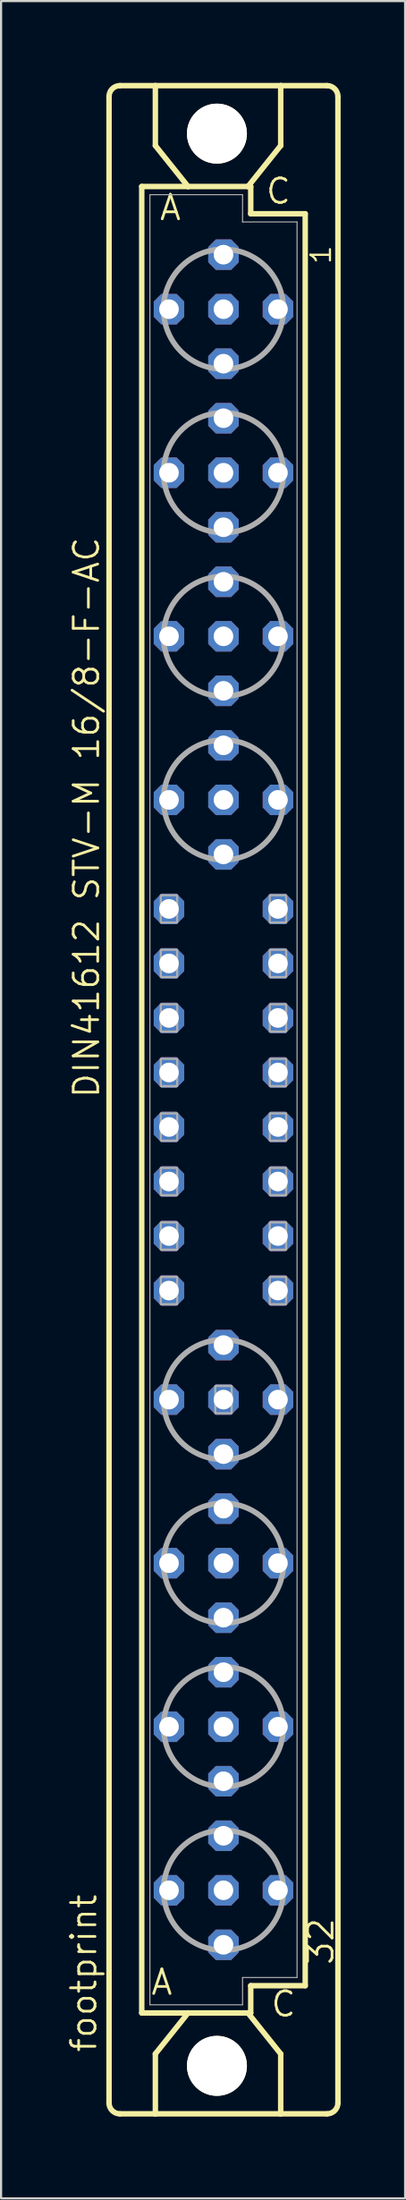
<source format=kicad_pcb>
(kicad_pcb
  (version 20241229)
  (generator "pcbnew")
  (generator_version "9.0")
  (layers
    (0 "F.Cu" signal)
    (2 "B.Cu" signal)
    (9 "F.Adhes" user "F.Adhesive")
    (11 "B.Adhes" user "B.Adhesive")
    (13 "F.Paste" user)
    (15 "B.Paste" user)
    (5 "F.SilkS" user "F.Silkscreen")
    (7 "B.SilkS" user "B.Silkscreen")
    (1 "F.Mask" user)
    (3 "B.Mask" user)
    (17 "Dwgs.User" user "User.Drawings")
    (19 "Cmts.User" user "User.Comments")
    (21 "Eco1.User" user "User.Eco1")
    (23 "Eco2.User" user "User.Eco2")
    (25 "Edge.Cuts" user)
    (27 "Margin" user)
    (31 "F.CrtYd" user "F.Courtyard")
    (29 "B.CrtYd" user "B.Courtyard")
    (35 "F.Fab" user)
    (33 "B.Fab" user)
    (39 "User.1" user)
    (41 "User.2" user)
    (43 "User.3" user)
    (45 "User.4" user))
  (footprint "footprint"
    (layer "F.Cu")
    (at 7.366 48.184)
    (property "Reference" "footprint" (at -5.842 44.45 90) (layer "F.SilkS") (effects (font (size 1.143 1.143) (thickness 0.127)) (justify left bottom)))
    (fp_line (start -5.334 46.736) (end -5.334 -46.736) (stroke (width 0.254) (type solid)) (layer "F.SilkS"))
    (fp_line (start -4.826 -47.244) (end -3.175 -47.244) (stroke (width 0.254) (type solid)) (layer "F.SilkS"))
    (fp_line (start -4.826 47.244) (end -3.175 47.244) (stroke (width 0.254) (type solid)) (layer "F.SilkS"))
    (fp_line (start -3.81 -42.545) (end -3.81 42.545) (stroke (width 0.254) (type solid)) (layer "F.SilkS"))
    (fp_line (start -3.81 42.545) (end -1.651 42.545) (stroke (width 0.254) (type solid)) (layer "F.SilkS"))
    (fp_line (start -3.175 -47.244) (end -3.175 -44.45) (stroke (width 0.254) (type solid)) (layer "F.SilkS"))
    (fp_line (start -3.175 47.244) (end -3.175 44.45) (stroke (width 0.254) (type solid)) (layer "F.SilkS"))
    (fp_line (start -3.175 47.244) (end 2.667 47.244) (stroke (width 0.254) (type solid)) (layer "F.SilkS"))
    (fp_line (start -1.651 -42.545) (end -3.81 -42.545) (stroke (width 0.254) (type solid)) (layer "F.SilkS"))
    (fp_line (start -1.651 -42.545) (end -3.175 -44.45) (stroke (width 0.254) (type solid)) (layer "F.SilkS"))
    (fp_line (start -1.651 42.545) (end -3.175 44.45) (stroke (width 0.254) (type solid)) (layer "F.SilkS"))
    (fp_line (start -1.651 42.545) (end 1.143 42.545) (stroke (width 0.254) (type solid)) (layer "F.SilkS"))
    (fp_line (start 1.143 -42.545) (end -1.651 -42.545) (stroke (width 0.254) (type solid)) (layer "F.SilkS"))
    (fp_line (start 1.143 -42.545) (end 2.667 -44.45) (stroke (width 0.254) (type solid)) (layer "F.SilkS"))
    (fp_line (start 1.143 42.545) (end 1.27 42.545) (stroke (width 0.254) (type solid)) (layer "F.SilkS"))
    (fp_line (start 1.143 42.545) (end 2.667 44.45) (stroke (width 0.254) (type solid)) (layer "F.SilkS"))
    (fp_line (start 1.27 -42.545) (end 1.143 -42.545) (stroke (width 0.254) (type solid)) (layer "F.SilkS"))
    (fp_line (start 1.27 -41.275) (end 1.27 -42.545) (stroke (width 0.254) (type solid)) (layer "F.SilkS"))
    (fp_line (start 1.27 41.275) (end 3.81 41.275) (stroke (width 0.254) (type solid)) (layer "F.SilkS"))
    (fp_line (start 1.27 42.545) (end 1.27 41.275) (stroke (width 0.254) (type solid)) (layer "F.SilkS"))
    (fp_line (start 2.667 -47.244) (end -3.175 -47.244) (stroke (width 0.254) (type solid)) (layer "F.SilkS"))
    (fp_line (start 2.667 -47.244) (end 2.667 -44.45) (stroke (width 0.254) (type solid)) (layer "F.SilkS"))
    (fp_line (start 2.667 47.244) (end 2.667 44.45) (stroke (width 0.254) (type solid)) (layer "F.SilkS"))
    (fp_line (start 2.667 47.244) (end 4.826 47.244) (stroke (width 0.254) (type solid)) (layer "F.SilkS"))
    (fp_line (start 3.81 -41.275) (end 1.27 -41.275) (stroke (width 0.254) (type solid)) (layer "F.SilkS"))
    (fp_line (start 3.81 41.275) (end 3.81 -41.275) (stroke (width 0.254) (type solid)) (layer "F.SilkS"))
    (fp_line (start 4.826 -47.244) (end 2.667 -47.244) (stroke (width 0.254) (type solid)) (layer "F.SilkS"))
    (fp_line (start 5.334 46.736) (end 5.334 -46.736) (stroke (width 0.254) (type solid)) (layer "F.SilkS"))
    (fp_arc (start -5.334 -46.736) (mid -5.18521 -47.09521) (end -4.826 -47.244) (stroke (width 0.254) (type solid)) (layer "F.SilkS"))
    (fp_arc (start -4.826 47.244) (mid -5.18521 47.09521) (end -5.334 46.736) (stroke (width 0.254) (type solid)) (layer "F.SilkS"))
    (fp_arc (start 4.826 -47.244) (mid 5.18521 -47.09521) (end 5.334 -46.736) (stroke (width 0.254) (type solid)) (layer "F.SilkS"))
    (fp_arc (start 5.334 46.736) (mid 5.18521 47.09521) (end 4.826 47.244) (stroke (width 0.254) (type solid)) (layer "F.SilkS"))
    (fp_circle (center -0.305 -45.009) (end 0.965 -45.009) (stroke (width 0.254) (type solid)) (fill no) (layer "F.SilkS"))
    (fp_circle (center -0.305 45.009) (end 0.965 45.009) (stroke (width 0.254) (type solid)) (fill no) (layer "F.SilkS"))
    (fp_line (start -3.429 -42.164) (end -3.429 42.164) (stroke (width 0.051) (type solid)) (layer "F.Fab"))
    (fp_line (start -3.429 -42.164) (end 0.889 -42.164) (stroke (width 0.051) (type solid)) (layer "F.Fab"))
    (fp_line (start -3.429 42.164) (end 0.889 42.164) (stroke (width 0.051) (type solid)) (layer "F.Fab"))
    (fp_line (start 0.889 -42.164) (end 0.889 -40.894) (stroke (width 0.051) (type solid)) (layer "F.Fab"))
    (fp_line (start 0.889 -40.894) (end 3.429 -40.894) (stroke (width 0.051) (type solid)) (layer "F.Fab"))
    (fp_line (start 0.889 40.894) (end 3.429 40.894) (stroke (width 0.051) (type solid)) (layer "F.Fab"))
    (fp_line (start 0.889 42.164) (end 0.889 40.894) (stroke (width 0.051) (type solid)) (layer "F.Fab"))
    (fp_line (start 3.429 -40.894) (end 3.429 40.894) (stroke (width 0.051) (type solid)) (layer "F.Fab"))
    (fp_circle (center 0 -36.83) (end 2.794 -36.83) (stroke (width 0.254) (type solid)) (fill no) (layer "F.Fab"))
    (fp_circle (center 0 -29.21) (end 2.794 -29.21) (stroke (width 0.254) (type solid)) (fill no) (layer "F.Fab"))
    (fp_circle (center 0 -21.59) (end 2.794 -21.59) (stroke (width 0.254) (type solid)) (fill no) (layer "F.Fab"))
    (fp_circle (center 0 -13.97) (end 2.794 -13.97) (stroke (width 0.254) (type solid)) (fill no) (layer "F.Fab"))
    (fp_circle (center 0 13.97) (end 2.794 13.97) (stroke (width 0.254) (type solid)) (fill no) (layer "F.Fab"))
    (fp_circle (center 0 21.59) (end 2.794 21.59) (stroke (width 0.254) (type solid)) (fill no) (layer "F.Fab"))
    (fp_circle (center 0 29.21) (end 2.794 29.21) (stroke (width 0.254) (type solid)) (fill no) (layer "F.Fab"))
    (fp_circle (center 0 36.83) (end 2.794 36.83) (stroke (width 0.254) (type solid)) (fill no) (layer "F.Fab"))
    (fp_poly (pts (xy -2.921 -8.255) (xy -2.159 -8.255) (xy -2.159 -9.525) (xy -2.921 -9.525)) (stroke (width 0.1) (type solid)) (fill no) (layer "F.Fab"))
    (fp_poly (pts (xy -2.921 -5.715) (xy -2.159 -5.715) (xy -2.159 -6.985) (xy -2.921 -6.985)) (stroke (width 0.1) (type solid)) (fill no) (layer "F.Fab"))
    (fp_poly (pts (xy -2.921 -3.175) (xy -2.159 -3.175) (xy -2.159 -4.445) (xy -2.921 -4.445)) (stroke (width 0.1) (type solid)) (fill no) (layer "F.Fab"))
    (fp_poly (pts (xy -2.921 -0.635) (xy -2.159 -0.635) (xy -2.159 -1.905) (xy -2.921 -1.905)) (stroke (width 0.1) (type solid)) (fill no) (layer "F.Fab"))
    (fp_poly (pts (xy -2.921 1.905) (xy -2.159 1.905) (xy -2.159 0.635) (xy -2.921 0.635)) (stroke (width 0.1) (type solid)) (fill no) (layer "F.Fab"))
    (fp_poly (pts (xy -2.921 4.445) (xy -2.159 4.445) (xy -2.159 3.175) (xy -2.921 3.175)) (stroke (width 0.1) (type solid)) (fill no) (layer "F.Fab"))
    (fp_poly (pts (xy -2.921 6.985) (xy -2.159 6.985) (xy -2.159 5.715) (xy -2.921 5.715)) (stroke (width 0.1) (type solid)) (fill no) (layer "F.Fab"))
    (fp_poly (pts (xy -2.921 9.525) (xy -2.159 9.525) (xy -2.159 8.255) (xy -2.921 8.255)) (stroke (width 0.1) (type solid)) (fill no) (layer "F.Fab"))
    (fp_poly (pts (xy -0.381 14.605) (xy 0.381 14.605) (xy 0.381 13.335) (xy -0.381 13.335)) (stroke (width 0.1) (type solid)) (fill no) (layer "F.Fab"))
    (fp_poly (pts (xy 2.159 -8.255) (xy 2.921 -8.255) (xy 2.921 -9.525) (xy 2.159 -9.525)) (stroke (width 0.1) (type solid)) (fill no) (layer "F.Fab"))
    (fp_poly (pts (xy 2.159 -5.715) (xy 2.921 -5.715) (xy 2.921 -6.985) (xy 2.159 -6.985)) (stroke (width 0.1) (type solid)) (fill no) (layer "F.Fab"))
    (fp_poly (pts (xy 2.159 -3.175) (xy 2.921 -3.175) (xy 2.921 -4.445) (xy 2.159 -4.445)) (stroke (width 0.1) (type solid)) (fill no) (layer "F.Fab"))
    (fp_poly (pts (xy 2.159 -0.635) (xy 2.921 -0.635) (xy 2.921 -1.905) (xy 2.159 -1.905)) (stroke (width 0.1) (type solid)) (fill no) (layer "F.Fab"))
    (fp_poly (pts (xy 2.159 1.905) (xy 2.921 1.905) (xy 2.921 0.635) (xy 2.159 0.635)) (stroke (width 0.1) (type solid)) (fill no) (layer "F.Fab"))
    (fp_poly (pts (xy 2.159 4.445) (xy 2.921 4.445) (xy 2.921 3.175) (xy 2.159 3.175)) (stroke (width 0.1) (type solid)) (fill no) (layer "F.Fab"))
    (fp_poly (pts (xy 2.159 6.985) (xy 2.921 6.985) (xy 2.921 5.715) (xy 2.159 5.715)) (stroke (width 0.1) (type solid)) (fill no) (layer "F.Fab"))
    (fp_poly (pts (xy 2.159 9.525) (xy 2.921 9.525) (xy 2.921 8.255) (xy 2.159 8.255)) (stroke (width 0.1) (type solid)) (fill no) (layer "F.Fab"))
    (fp_text user "A" (at -3.048 -40.894 0) (layer "F.SilkS") (effects (font (size 1.143 1.143) (thickness 0.127)) (justify left bottom)))
    (fp_text user "DIN41612 STV-M 16/8-F-AC" (at -5.715 0 90) (layer "F.SilkS") (effects (font (size 1.143 1.143) (thickness 0.127)) (justify left bottom)))
    (fp_text user " A " (at -4.318 41.783 0) (layer "F.SilkS") (effects (font (size 1.143 1.143) (thickness 0.127)) (justify left bottom)))
    (fp_text user "32" (at 5.207 40.386 90) (layer "F.SilkS") (effects (font (size 1.143 1.143) (thickness 0.127)) (justify left bottom)))
    (fp_text user "C" (at 1.905 -41.656 0) (layer "F.SilkS") (effects (font (size 1.143 1.143) (thickness 0.127)) (justify left bottom)))
    (fp_text user "1" (at 5.08 -38.862 90) (layer "F.SilkS") (effects (font (size 0.914 0.914) (thickness 0.102)) (justify left bottom)))
    (fp_text user " C " (at 1.27 42.799 0) (layer "F.SilkS") (effects (font (size 1.143 1.143) (thickness 0.127)) (justify left bottom)))
    (pad "" np_thru_hole circle (at -0.305 -45.009) (size 2.794 2.794) (drill 2.794) (layers "*.Cu" "*.Mask"))
    (pad "" np_thru_hole circle (at -0.305 45.009) (size 2.794 2.794) (drill 2.794) (layers "*.Cu" "*.Mask"))
    (pad "A2" thru_hole roundrect (at -2.54 -36.83) (size 1.422 1.422) (drill 0.914) (layers "*.Cu" "*.Mask") (roundrect_rratio 0.25) (chamfer_ratio 0.25) (chamfer top_left top_right bottom_left bottom_right))
    (pad "A5" thru_hole roundrect (at -2.54 -29.21) (size 1.422 1.422) (drill 0.914) (layers "*.Cu" "*.Mask") (roundrect_rratio 0.25) (chamfer_ratio 0.25) (chamfer top_left top_right bottom_left bottom_right))
    (pad "A8" thru_hole roundrect (at -2.54 -21.59) (size 1.422 1.422) (drill 0.914) (layers "*.Cu" "*.Mask") (roundrect_rratio 0.25) (chamfer_ratio 0.25) (chamfer top_left top_right bottom_left bottom_right))
    (pad "A11" thru_hole roundrect (at -2.54 -13.97) (size 1.422 1.422) (drill 0.914) (layers "*.Cu" "*.Mask") (roundrect_rratio 0.25) (chamfer_ratio 0.25) (chamfer top_left top_right bottom_left bottom_right))
    (pad "A13" thru_hole roundrect (at -2.54 -8.89) (size 1.422 1.422) (drill 0.914) (layers "*.Cu" "*.Mask") (roundrect_rratio 0.25) (chamfer_ratio 0.25) (chamfer top_left top_right bottom_left bottom_right))
    (pad "A14" thru_hole roundrect (at -2.54 -6.35) (size 1.422 1.422) (drill 0.914) (layers "*.Cu" "*.Mask") (roundrect_rratio 0.25) (chamfer_ratio 0.25) (chamfer top_left top_right bottom_left bottom_right))
    (pad "A15" thru_hole roundrect (at -2.54 -3.81) (size 1.422 1.422) (drill 0.914) (layers "*.Cu" "*.Mask") (roundrect_rratio 0.25) (chamfer_ratio 0.25) (chamfer top_left top_right bottom_left bottom_right))
    (pad "A16" thru_hole roundrect (at -2.54 -1.27) (size 1.422 1.422) (drill 0.914) (layers "*.Cu" "*.Mask") (roundrect_rratio 0.25) (chamfer_ratio 0.25) (chamfer top_left top_right bottom_left bottom_right))
    (pad "A17" thru_hole roundrect (at -2.54 1.27) (size 1.422 1.422) (drill 0.914) (layers "*.Cu" "*.Mask") (roundrect_rratio 0.25) (chamfer_ratio 0.25) (chamfer top_left top_right bottom_left bottom_right))
    (pad "A18" thru_hole roundrect (at -2.54 3.81) (size 1.422 1.422) (drill 0.914) (layers "*.Cu" "*.Mask") (roundrect_rratio 0.25) (chamfer_ratio 0.25) (chamfer top_left top_right bottom_left bottom_right))
    (pad "A19" thru_hole roundrect (at -2.54 6.35) (size 1.422 1.422) (drill 0.914) (layers "*.Cu" "*.Mask") (roundrect_rratio 0.25) (chamfer_ratio 0.25) (chamfer top_left top_right bottom_left bottom_right))
    (pad "A20" thru_hole roundrect (at -2.54 8.89) (size 1.422 1.422) (drill 0.914) (layers "*.Cu" "*.Mask") (roundrect_rratio 0.25) (chamfer_ratio 0.25) (chamfer top_left top_right bottom_left bottom_right))
    (pad "A22" thru_hole roundrect (at -2.54 13.97) (size 1.422 1.422) (drill 0.914) (layers "*.Cu" "*.Mask") (roundrect_rratio 0.25) (chamfer_ratio 0.25) (chamfer top_left top_right bottom_left bottom_right))
    (pad "A25" thru_hole roundrect (at -2.54 21.59) (size 1.422 1.422) (drill 0.914) (layers "*.Cu" "*.Mask") (roundrect_rratio 0.25) (chamfer_ratio 0.25) (chamfer top_left top_right bottom_left bottom_right))
    (pad "A28" thru_hole roundrect (at -2.54 29.21) (size 1.422 1.422) (drill 0.914) (layers "*.Cu" "*.Mask") (roundrect_rratio 0.25) (chamfer_ratio 0.25) (chamfer top_left top_right bottom_left bottom_right))
    (pad "A31" thru_hole roundrect (at -2.54 36.83) (size 1.422 1.422) (drill 0.914) (layers "*.Cu" "*.Mask") (roundrect_rratio 0.25) (chamfer_ratio 0.25) (chamfer top_left top_right bottom_left bottom_right))
    (pad "B1" thru_hole roundrect (at 0 -39.37) (size 1.422 1.422) (drill 0.914) (layers "*.Cu" "*.Mask") (roundrect_rratio 0.25) (chamfer_ratio 0.25) (chamfer top_left top_right bottom_left bottom_right))
    (pad "B2" thru_hole roundrect (at 0 -36.83) (size 1.422 1.422) (drill 0.914) (layers "*.Cu" "*.Mask") (roundrect_rratio 0.25) (chamfer_ratio 0.25) (chamfer top_left top_right bottom_left bottom_right))
    (pad "B3" thru_hole roundrect (at 0 -34.29) (size 1.422 1.422) (drill 0.914) (layers "*.Cu" "*.Mask") (roundrect_rratio 0.25) (chamfer_ratio 0.25) (chamfer top_left top_right bottom_left bottom_right))
    (pad "B4" thru_hole roundrect (at 0 -31.75) (size 1.422 1.422) (drill 0.914) (layers "*.Cu" "*.Mask") (roundrect_rratio 0.25) (chamfer_ratio 0.25) (chamfer top_left top_right bottom_left bottom_right))
    (pad "B5" thru_hole roundrect (at 0 -29.21) (size 1.422 1.422) (drill 0.914) (layers "*.Cu" "*.Mask") (roundrect_rratio 0.25) (chamfer_ratio 0.25) (chamfer top_left top_right bottom_left bottom_right))
    (pad "B6" thru_hole roundrect (at 0 -26.67) (size 1.422 1.422) (drill 0.914) (layers "*.Cu" "*.Mask") (roundrect_rratio 0.25) (chamfer_ratio 0.25) (chamfer top_left top_right bottom_left bottom_right))
    (pad "B7" thru_hole roundrect (at 0 -24.13) (size 1.422 1.422) (drill 0.914) (layers "*.Cu" "*.Mask") (roundrect_rratio 0.25) (chamfer_ratio 0.25) (chamfer top_left top_right bottom_left bottom_right))
    (pad "B8" thru_hole roundrect (at 0 -21.59) (size 1.422 1.422) (drill 0.914) (layers "*.Cu" "*.Mask") (roundrect_rratio 0.25) (chamfer_ratio 0.25) (chamfer top_left top_right bottom_left bottom_right))
    (pad "B9" thru_hole roundrect (at 0 -19.05) (size 1.422 1.422) (drill 0.914) (layers "*.Cu" "*.Mask") (roundrect_rratio 0.25) (chamfer_ratio 0.25) (chamfer top_left top_right bottom_left bottom_right))
    (pad "B10" thru_hole roundrect (at 0 -16.51) (size 1.422 1.422) (drill 0.914) (layers "*.Cu" "*.Mask") (roundrect_rratio 0.25) (chamfer_ratio 0.25) (chamfer top_left top_right bottom_left bottom_right))
    (pad "B11" thru_hole roundrect (at 0 -13.97) (size 1.422 1.422) (drill 0.914) (layers "*.Cu" "*.Mask") (roundrect_rratio 0.25) (chamfer_ratio 0.25) (chamfer top_left top_right bottom_left bottom_right))
    (pad "B12" thru_hole roundrect (at 0 -11.43) (size 1.422 1.422) (drill 0.914) (layers "*.Cu" "*.Mask") (roundrect_rratio 0.25) (chamfer_ratio 0.25) (chamfer top_left top_right bottom_left bottom_right))
    (pad "B21" thru_hole roundrect (at 0 11.43) (size 1.422 1.422) (drill 0.914) (layers "*.Cu" "*.Mask") (roundrect_rratio 0.25) (chamfer_ratio 0.25) (chamfer top_left top_right bottom_left bottom_right))
    (pad "B22" thru_hole roundrect (at 0 13.97) (size 1.422 1.422) (drill 0.914) (layers "*.Cu" "*.Mask") (roundrect_rratio 0.25) (chamfer_ratio 0.25) (chamfer top_left top_right bottom_left bottom_right))
    (pad "B23" thru_hole roundrect (at 0 16.51) (size 1.422 1.422) (drill 0.914) (layers "*.Cu" "*.Mask") (roundrect_rratio 0.25) (chamfer_ratio 0.25) (chamfer top_left top_right bottom_left bottom_right))
    (pad "B24" thru_hole roundrect (at 0 19.05) (size 1.422 1.422) (drill 0.914) (layers "*.Cu" "*.Mask") (roundrect_rratio 0.25) (chamfer_ratio 0.25) (chamfer top_left top_right bottom_left bottom_right))
    (pad "B25" thru_hole roundrect (at 0 21.59) (size 1.422 1.422) (drill 0.914) (layers "*.Cu" "*.Mask") (roundrect_rratio 0.25) (chamfer_ratio 0.25) (chamfer top_left top_right bottom_left bottom_right))
    (pad "B26" thru_hole roundrect (at 0 24.13) (size 1.422 1.422) (drill 0.914) (layers "*.Cu" "*.Mask") (roundrect_rratio 0.25) (chamfer_ratio 0.25) (chamfer top_left top_right bottom_left bottom_right))
    (pad "B27" thru_hole roundrect (at 0 26.67) (size 1.422 1.422) (drill 0.914) (layers "*.Cu" "*.Mask") (roundrect_rratio 0.25) (chamfer_ratio 0.25) (chamfer top_left top_right bottom_left bottom_right))
    (pad "B28" thru_hole roundrect (at 0 29.21) (size 1.422 1.422) (drill 0.914) (layers "*.Cu" "*.Mask") (roundrect_rratio 0.25) (chamfer_ratio 0.25) (chamfer top_left top_right bottom_left bottom_right))
    (pad "B29" thru_hole roundrect (at 0 31.75) (size 1.422 1.422) (drill 0.914) (layers "*.Cu" "*.Mask") (roundrect_rratio 0.25) (chamfer_ratio 0.25) (chamfer top_left top_right bottom_left bottom_right))
    (pad "B30" thru_hole roundrect (at 0 34.29) (size 1.422 1.422) (drill 0.914) (layers "*.Cu" "*.Mask") (roundrect_rratio 0.25) (chamfer_ratio 0.25) (chamfer top_left top_right bottom_left bottom_right))
    (pad "B31" thru_hole roundrect (at 0 36.83) (size 1.422 1.422) (drill 0.914) (layers "*.Cu" "*.Mask") (roundrect_rratio 0.25) (chamfer_ratio 0.25) (chamfer top_left top_right bottom_left bottom_right))
    (pad "B32" thru_hole roundrect (at 0 39.37) (size 1.422 1.422) (drill 0.914) (layers "*.Cu" "*.Mask") (roundrect_rratio 0.25) (chamfer_ratio 0.25) (chamfer top_left top_right bottom_left bottom_right))
    (pad "C2" thru_hole roundrect (at 2.54 -36.83) (size 1.422 1.422) (drill 0.914) (layers "*.Cu" "*.Mask") (roundrect_rratio 0.25) (chamfer_ratio 0.25) (chamfer top_left top_right bottom_left bottom_right))
    (pad "C5" thru_hole roundrect (at 2.54 -29.21) (size 1.422 1.422) (drill 0.914) (layers "*.Cu" "*.Mask") (roundrect_rratio 0.25) (chamfer_ratio 0.25) (chamfer top_left top_right bottom_left bottom_right))
    (pad "C8" thru_hole roundrect (at 2.54 -21.59) (size 1.422 1.422) (drill 0.914) (layers "*.Cu" "*.Mask") (roundrect_rratio 0.25) (chamfer_ratio 0.25) (chamfer top_left top_right bottom_left bottom_right))
    (pad "C11" thru_hole roundrect (at 2.54 -13.97) (size 1.422 1.422) (drill 0.914) (layers "*.Cu" "*.Mask") (roundrect_rratio 0.25) (chamfer_ratio 0.25) (chamfer top_left top_right bottom_left bottom_right))
    (pad "C13" thru_hole roundrect (at 2.54 -8.89) (size 1.422 1.422) (drill 0.914) (layers "*.Cu" "*.Mask") (roundrect_rratio 0.25) (chamfer_ratio 0.25) (chamfer top_left top_right bottom_left bottom_right))
    (pad "C14" thru_hole roundrect (at 2.54 -6.35) (size 1.422 1.422) (drill 0.914) (layers "*.Cu" "*.Mask") (roundrect_rratio 0.25) (chamfer_ratio 0.25) (chamfer top_left top_right bottom_left bottom_right))
    (pad "C15" thru_hole roundrect (at 2.54 -3.81) (size 1.422 1.422) (drill 0.914) (layers "*.Cu" "*.Mask") (roundrect_rratio 0.25) (chamfer_ratio 0.25) (chamfer top_left top_right bottom_left bottom_right))
    (pad "C16" thru_hole roundrect (at 2.54 -1.27) (size 1.422 1.422) (drill 0.914) (layers "*.Cu" "*.Mask") (roundrect_rratio 0.25) (chamfer_ratio 0.25) (chamfer top_left top_right bottom_left bottom_right))
    (pad "C17" thru_hole roundrect (at 2.54 1.27) (size 1.422 1.422) (drill 0.914) (layers "*.Cu" "*.Mask") (roundrect_rratio 0.25) (chamfer_ratio 0.25) (chamfer top_left top_right bottom_left bottom_right))
    (pad "C18" thru_hole roundrect (at 2.54 3.81) (size 1.422 1.422) (drill 0.914) (layers "*.Cu" "*.Mask") (roundrect_rratio 0.25) (chamfer_ratio 0.25) (chamfer top_left top_right bottom_left bottom_right))
    (pad "C19" thru_hole roundrect (at 2.54 6.35) (size 1.422 1.422) (drill 0.914) (layers "*.Cu" "*.Mask") (roundrect_rratio 0.25) (chamfer_ratio 0.25) (chamfer top_left top_right bottom_left bottom_right))
    (pad "C20" thru_hole roundrect (at 2.54 8.89) (size 1.422 1.422) (drill 0.914) (layers "*.Cu" "*.Mask") (roundrect_rratio 0.25) (chamfer_ratio 0.25) (chamfer top_left top_right bottom_left bottom_right))
    (pad "C22" thru_hole roundrect (at 2.54 13.97) (size 1.422 1.422) (drill 0.914) (layers "*.Cu" "*.Mask") (roundrect_rratio 0.25) (chamfer_ratio 0.25) (chamfer top_left top_right bottom_left bottom_right))
    (pad "C25" thru_hole roundrect (at 2.54 21.59) (size 1.422 1.422) (drill 0.914) (layers "*.Cu" "*.Mask") (roundrect_rratio 0.25) (chamfer_ratio 0.25) (chamfer top_left top_right bottom_left bottom_right))
    (pad "C28" thru_hole roundrect (at 2.54 29.21) (size 1.422 1.422) (drill 0.914) (layers "*.Cu" "*.Mask") (roundrect_rratio 0.25) (chamfer_ratio 0.25) (chamfer top_left top_right bottom_left bottom_right))
    (pad "C31" thru_hole roundrect (at 2.54 36.83) (size 1.422 1.422) (drill 0.914) (layers "*.Cu" "*.Mask") (roundrect_rratio 0.25) (chamfer_ratio 0.25) (chamfer top_left top_right bottom_left bottom_right))
    (zone (net_name "") (layers "F.Cu" "B.Cu") (hatch edge 0.508) (connect_pads) (min_thickness 0.254) (filled_areas_thickness no) (keepout (tracks allowed) (vias not_allowed) (pads allowed) (copperpour allowed) (footprints allowed)) (placement (enabled no)) (fill) (polygon (pts (xy 10.236 3.175) (xy 10.188 2.624) (xy 10.045 2.089) (xy 9.811 1.587) (xy 9.493 1.134) (xy 9.102 0.743) (xy 8.649 0.425) (xy 8.147 0.191) (xy 7.613 0.048) (xy 7.061 0) (xy 6.51 0.048) (xy 5.975 0.191) (xy 5.474 0.425) (xy 5.02 0.743) (xy 4.629 1.134) (xy 4.312 1.587) (xy 4.078 2.089) (xy 3.934 2.624) (xy 3.886 3.175) (xy 3.934 3.726) (xy 4.078 4.261) (xy 4.312 4.763) (xy 4.629 5.216) (xy 5.02 5.607) (xy 5.474 5.925) (xy 5.975 6.159) (xy 6.51 6.302) (xy 7.061 6.35) (xy 7.613 6.302) (xy 8.147 6.159) (xy 8.649 5.925) (xy 9.102 5.607) (xy 9.493 5.216) (xy 9.811 4.763) (xy 10.045 4.261) (xy 10.188 3.726))) (polygon (pts (xy 8.458 3.175) (xy 8.437 2.932) (xy 8.374 2.697) (xy 8.271 2.477) (xy 8.131 2.277) (xy 7.959 2.105) (xy 7.76 1.965) (xy 7.539 1.862) (xy 7.304 1.799) (xy 7.061 1.778) (xy 6.819 1.799) (xy 6.583 1.862) (xy 6.363 1.965) (xy 6.163 2.105) (xy 5.991 2.277) (xy 5.851 2.477) (xy 5.748 2.697) (xy 5.685 2.932) (xy 5.664 3.175) (xy 5.685 3.418) (xy 5.748 3.653) (xy 5.851 3.873) (xy 5.991 4.073) (xy 6.163 4.245) (xy 6.363 4.385) (xy 6.583 4.488) (xy 6.819 4.551) (xy 7.061 4.572) (xy 7.304 4.551) (xy 7.539 4.488) (xy 7.76 4.385) (xy 7.959 4.245) (xy 8.131 4.073) (xy 8.271 3.873) (xy 8.374 3.653) (xy 8.437 3.418))))
    (zone (net_name "") (layers "F.Cu" "B.Cu") (hatch edge 0.508) (connect_pads) (min_thickness 0.254) (filled_areas_thickness no) (keepout (tracks allowed) (vias not_allowed) (pads allowed) (copperpour allowed) (footprints allowed)) (placement (enabled no)) (fill) (polygon (pts (xy 10.236 93.193) (xy 10.188 92.641) (xy 10.045 92.107) (xy 9.811 91.605) (xy 9.493 91.152) (xy 9.102 90.76) (xy 8.649 90.443) (xy 8.147 90.209) (xy 7.613 90.066) (xy 7.061 90.018) (xy 6.51 90.066) (xy 5.975 90.209) (xy 5.474 90.443) (xy 5.02 90.76) (xy 4.629 91.152) (xy 4.312 91.605) (xy 4.078 92.107) (xy 3.934 92.641) (xy 3.886 93.193) (xy 3.934 93.744) (xy 4.078 94.279) (xy 4.312 94.78) (xy 4.629 95.233) (xy 5.02 95.625) (xy 5.474 95.942) (xy 5.975 96.176) (xy 6.51 96.319) (xy 7.061 96.368) (xy 7.613 96.319) (xy 8.147 96.176) (xy 8.649 95.942) (xy 9.102 95.625) (xy 9.493 95.233) (xy 9.811 94.78) (xy 10.045 94.279) (xy 10.188 93.744))) (polygon (pts (xy 8.458 93.193) (xy 8.437 92.95) (xy 8.374 92.715) (xy 8.271 92.494) (xy 8.131 92.295) (xy 7.959 92.122) (xy 7.76 91.983) (xy 7.539 91.88) (xy 7.304 91.817) (xy 7.061 91.796) (xy 6.819 91.817) (xy 6.583 91.88) (xy 6.363 91.983) (xy 6.163 92.122) (xy 5.991 92.295) (xy 5.851 92.494) (xy 5.748 92.715) (xy 5.685 92.95) (xy 5.664 93.193) (xy 5.685 93.435) (xy 5.748 93.67) (xy 5.851 93.891) (xy 5.991 94.091) (xy 6.163 94.263) (xy 6.363 94.402) (xy 6.583 94.505) (xy 6.819 94.568) (xy 7.061 94.59) (xy 7.304 94.568) (xy 7.539 94.505) (xy 7.76 94.402) (xy 7.959 94.263) (xy 8.131 94.091) (xy 8.271 93.891) (xy 8.374 93.67) (xy 8.437 93.435))))
    (zone (net_name "") (layer "B.Cu") (hatch edge 0.508) (connect_pads) (min_thickness 0.254) (filled_areas_thickness no) (keepout (tracks not_allowed) (vias not_allowed) (pads not_allowed) (copperpour not_allowed) (footprints allowed)) (placement (enabled no)) (fill) (polygon (pts (xy 10.236 3.175) (xy 10.188 2.624) (xy 10.045 2.089) (xy 9.811 1.587) (xy 9.493 1.134) (xy 9.102 0.743) (xy 8.649 0.425) (xy 8.147 0.191) (xy 7.613 0.048) (xy 7.061 0) (xy 6.51 0.048) (xy 5.975 0.191) (xy 5.474 0.425) (xy 5.02 0.743) (xy 4.629 1.134) (xy 4.312 1.587) (xy 4.078 2.089) (xy 3.934 2.624) (xy 3.886 3.175) (xy 3.934 3.726) (xy 4.078 4.261) (xy 4.312 4.763) (xy 4.629 5.216) (xy 5.02 5.607) (xy 5.474 5.925) (xy 5.975 6.159) (xy 6.51 6.302) (xy 7.061 6.35) (xy 7.613 6.302) (xy 8.147 6.159) (xy 8.649 5.925) (xy 9.102 5.607) (xy 9.493 5.216) (xy 9.811 4.763) (xy 10.045 4.261) (xy 10.188 3.726))) (polygon (pts (xy 8.458 3.175) (xy 8.437 2.932) (xy 8.374 2.697) (xy 8.271 2.477) (xy 8.131 2.277) (xy 7.959 2.105) (xy 7.76 1.965) (xy 7.539 1.862) (xy 7.304 1.799) (xy 7.061 1.778) (xy 6.819 1.799) (xy 6.583 1.862) (xy 6.363 1.965) (xy 6.163 2.105) (xy 5.991 2.277) (xy 5.851 2.477) (xy 5.748 2.697) (xy 5.685 2.932) (xy 5.664 3.175) (xy 5.685 3.418) (xy 5.748 3.653) (xy 5.851 3.873) (xy 5.991 4.073) (xy 6.163 4.245) (xy 6.363 4.385) (xy 6.583 4.488) (xy 6.819 4.551) (xy 7.061 4.572) (xy 7.304 4.551) (xy 7.539 4.488) (xy 7.76 4.385) (xy 7.959 4.245) (xy 8.131 4.073) (xy 8.271 3.873) (xy 8.374 3.653) (xy 8.437 3.418))))
    (zone (net_name "") (layer "B.Cu") (hatch edge 0.508) (connect_pads) (min_thickness 0.254) (filled_areas_thickness no) (keepout (tracks not_allowed) (vias not_allowed) (pads not_allowed) (copperpour not_allowed) (footprints allowed)) (placement (enabled no)) (fill) (polygon (pts (xy 10.236 93.193) (xy 10.188 92.641) (xy 10.045 92.107) (xy 9.811 91.605) (xy 9.493 91.152) (xy 9.102 90.76) (xy 8.649 90.443) (xy 8.147 90.209) (xy 7.613 90.066) (xy 7.061 90.018) (xy 6.51 90.066) (xy 5.975 90.209) (xy 5.474 90.443) (xy 5.02 90.76) (xy 4.629 91.152) (xy 4.312 91.605) (xy 4.078 92.107) (xy 3.934 92.641) (xy 3.886 93.193) (xy 3.934 93.744) (xy 4.078 94.279) (xy 4.312 94.78) (xy 4.629 95.233) (xy 5.02 95.625) (xy 5.474 95.942) (xy 5.975 96.176) (xy 6.51 96.319) (xy 7.061 96.368) (xy 7.613 96.319) (xy 8.147 96.176) (xy 8.649 95.942) (xy 9.102 95.625) (xy 9.493 95.233) (xy 9.811 94.78) (xy 10.045 94.279) (xy 10.188 93.744))) (polygon (pts (xy 8.458 93.193) (xy 8.437 92.95) (xy 8.374 92.715) (xy 8.271 92.494) (xy 8.131 92.295) (xy 7.959 92.122) (xy 7.76 91.983) (xy 7.539 91.88) (xy 7.304 91.817) (xy 7.061 91.796) (xy 6.819 91.817) (xy 6.583 91.88) (xy 6.363 91.983) (xy 6.163 92.122) (xy 5.991 92.295) (xy 5.851 92.494) (xy 5.748 92.715) (xy 5.685 92.95) (xy 5.664 93.193) (xy 5.685 93.435) (xy 5.748 93.67) (xy 5.851 93.891) (xy 5.991 94.091) (xy 6.163 94.263) (xy 6.363 94.402) (xy 6.583 94.505) (xy 6.819 94.568) (xy 7.061 94.59) (xy 7.304 94.568) (xy 7.539 94.505) (xy 7.76 94.402) (xy 7.959 94.263) (xy 8.131 94.091) (xy 8.271 93.891) (xy 8.374 93.67) (xy 8.437 93.435)))))
  (gr_rect
    (start -3 -3)
    (end 15.832 99.368)
    (stroke (width 0.1) (type default))
    (fill no)
    (layer "Edge.Cuts")))
</source>
